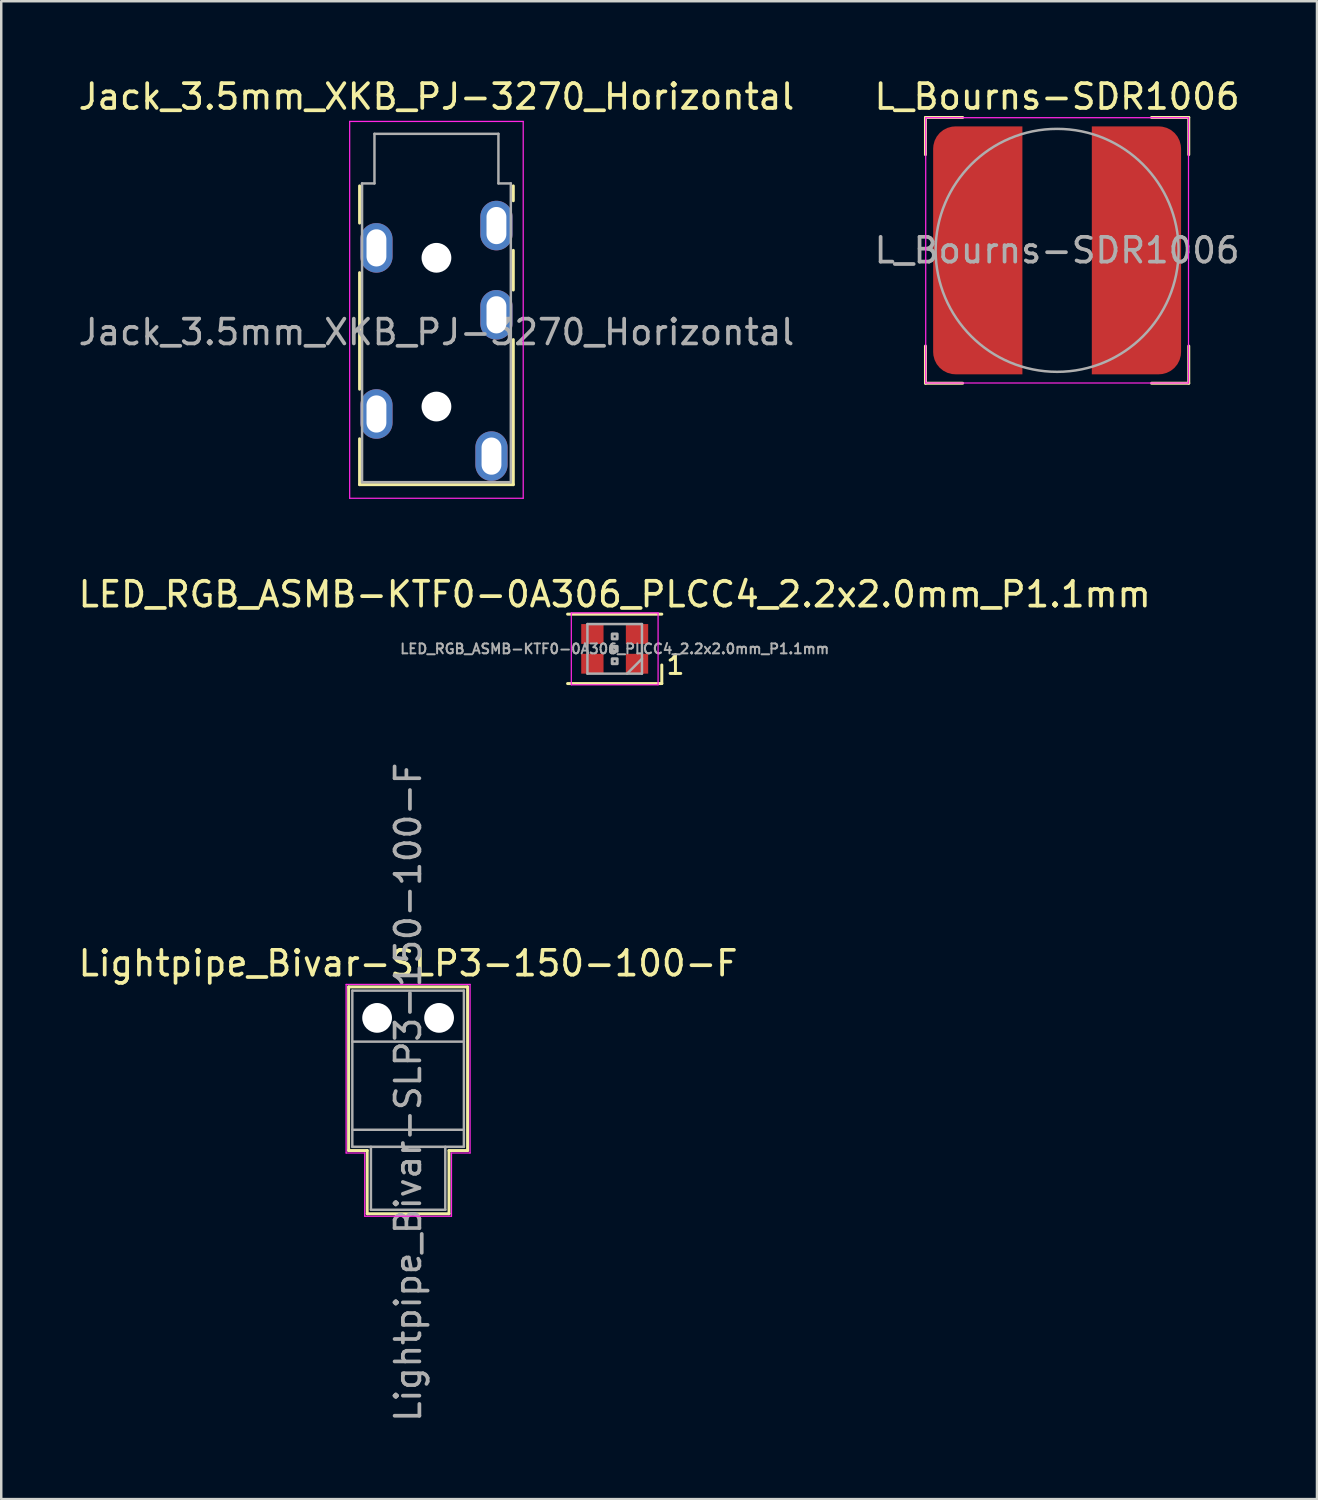
<source format=kicad_pcb>
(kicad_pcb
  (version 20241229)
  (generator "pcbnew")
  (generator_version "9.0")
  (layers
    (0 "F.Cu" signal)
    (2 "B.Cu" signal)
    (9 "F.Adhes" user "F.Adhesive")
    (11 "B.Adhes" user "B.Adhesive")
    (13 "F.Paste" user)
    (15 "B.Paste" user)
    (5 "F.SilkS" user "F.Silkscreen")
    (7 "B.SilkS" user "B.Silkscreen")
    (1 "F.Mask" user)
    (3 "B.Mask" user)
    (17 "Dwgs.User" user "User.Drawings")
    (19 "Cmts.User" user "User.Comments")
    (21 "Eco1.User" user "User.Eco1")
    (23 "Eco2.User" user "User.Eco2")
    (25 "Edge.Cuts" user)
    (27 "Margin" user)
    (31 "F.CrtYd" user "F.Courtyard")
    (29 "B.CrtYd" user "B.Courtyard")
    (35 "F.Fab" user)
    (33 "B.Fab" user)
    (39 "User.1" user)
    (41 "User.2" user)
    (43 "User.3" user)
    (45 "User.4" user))
  (footprint "LED_RGB_ASMB-KTF0-0A306_PLCC4_2.2x2.0mm_P1.1mm"
    (layer "F.Cu")
    (at 21.744 23.122)
    (property "Reference" "LED_RGB_ASMB-KTF0-0A306_PLCC4_2.2x2.0mm_P1.1mm" (at 0 -2.2 0) (layer "F.SilkS") (effects (font (size 1 1) (thickness 0.15))))
    (attr smd)
    (fp_line (start -1.9 -1.4) (end 1.9 -1.4) (stroke (width 0.12) (type solid)) (layer "F.SilkS"))
    (fp_line (start -1.9 1.4) (end 1.9 1.4) (stroke (width 0.12) (type solid)) (layer "F.SilkS"))
    (fp_line (start 1.9 1.4) (end 1.9 0.65) (stroke (width 0.12) (type solid)) (layer "F.SilkS"))
    (fp_line (start -1.75 -1.45) (end -1.75 1.45) (stroke (width 0.05) (type solid)) (layer "F.CrtYd"))
    (fp_line (start -1.75 1.45) (end 1.75 1.45) (stroke (width 0.05) (type solid)) (layer "F.CrtYd"))
    (fp_line (start 1.75 -1.45) (end -1.75 -1.45) (stroke (width 0.05) (type solid)) (layer "F.CrtYd"))
    (fp_line (start 1.75 1.45) (end 1.75 -1.45) (stroke (width 0.05) (type solid)) (layer "F.CrtYd"))
    (fp_line (start -1.1 -1) (end -1.1 1) (stroke (width 0.1) (type solid)) (layer "F.Fab"))
    (fp_line (start -1.1 1) (end 1.1 1) (stroke (width 0.1) (type solid)) (layer "F.Fab"))
    (fp_line (start 0.5 1) (end 1.1 0.4) (stroke (width 0.1) (type solid)) (layer "F.Fab"))
    (fp_line (start 1.1 -1) (end -1.1 -1) (stroke (width 0.1) (type solid)) (layer "F.Fab"))
    (fp_line (start 1.1 1) (end 1.1 -1) (stroke (width 0.1) (type solid)) (layer "F.Fab"))
    (fp_rect (start -0.1 -0.6) (end 0.1 -0.4) (stroke (width 0.12) (type solid)) (fill no) (layer "F.Fab"))
    (fp_rect (start -0.1 -0.1) (end 0.1 0.1) (stroke (width 0.12) (type solid)) (fill no) (layer "F.Fab"))
    (fp_rect (start -0.1 0.4) (end 0.1 0.6) (stroke (width 0.12) (type solid)) (fill no) (layer "F.Fab"))
    (fp_text user "1" (at 2.45 0.65 0) (layer "F.SilkS") (effects (font (size 0.75 0.75) (thickness 0.12))))
    (fp_text user "${REFERENCE}" (at 0 0 0) (layer "F.Fab") (effects (font (size 0.4 0.4) (thickness 0.08))))
    (pad "1" smd rect (at 0.9 0.6) (size 0.9 0.8) (layers "F.Cu" "F.Mask" "F.Paste"))
    (pad "2" smd rect (at 0.9 -0.6) (size 0.9 0.8) (layers "F.Cu" "F.Mask" "F.Paste"))
    (pad "3" smd rect (at -0.9 -0.6) (size 0.9 0.8) (layers "F.Cu" "F.Mask" "F.Paste"))
    (pad "4" smd rect (at -0.9 0.6) (size 0.9 0.8) (layers "F.Cu" "F.Mask" "F.Paste")))
  (footprint "Lightpipe_Bivar-SLP3-150-100-F"
    (layer "F.Cu")
    (at 13.411 38.007)
    (property "Reference" "Lightpipe_Bivar-SLP3-150-100-F" (at 0 -2.2 0) (layer "F.SilkS") (effects (font (size 1 1) (thickness 0.15))))
    (attr through_hole)
    (fp_line (start -2.4 5.35) (end -2.4 -1.25) (stroke (width 0.12) (type solid)) (layer "F.SilkS"))
    (fp_line (start -2.4 5.35) (end -1.65 5.35) (stroke (width 0.12) (type solid)) (layer "F.SilkS"))
    (fp_line (start -1.65 5.35) (end -1.65 7.9) (stroke (width 0.12) (type solid)) (layer "F.SilkS"))
    (fp_line (start 1.65 5.35) (end 1.65 7.9) (stroke (width 0.12) (type solid)) (layer "F.SilkS"))
    (fp_line (start 1.65 5.35) (end 2.4 5.35) (stroke (width 0.12) (type solid)) (layer "F.SilkS"))
    (fp_line (start 1.65 7.9) (end -1.65 7.9) (stroke (width 0.12) (type solid)) (layer "F.SilkS"))
    (fp_line (start 2.4 -1.25) (end -2.4 -1.25) (stroke (width 0.12) (type solid)) (layer "F.SilkS"))
    (fp_line (start 2.4 5.35) (end 2.4 -1.25) (stroke (width 0.12) (type solid)) (layer "F.SilkS"))
    (fp_line (start -2.5 -1.35) (end -2.5 5.45) (stroke (width 0.05) (type solid)) (layer "F.CrtYd"))
    (fp_line (start -2.5 5.45) (end -1.75 5.45) (stroke (width 0.05) (type solid)) (layer "F.CrtYd"))
    (fp_line (start -1.75 5.45) (end -1.75 8) (stroke (width 0.05) (type solid)) (layer "F.CrtYd"))
    (fp_line (start -1.75 8) (end 1.75 8) (stroke (width 0.05) (type solid)) (layer "F.CrtYd"))
    (fp_line (start 1.75 5.45) (end 2.5 5.45) (stroke (width 0.05) (type solid)) (layer "F.CrtYd"))
    (fp_line (start 1.75 8) (end 1.75 5.45) (stroke (width 0.05) (type solid)) (layer "F.CrtYd"))
    (fp_line (start 2.5 -1.35) (end -2.5 -1.35) (stroke (width 0.05) (type solid)) (layer "F.CrtYd"))
    (fp_line (start 2.5 5.45) (end 2.5 -1.35) (stroke (width 0.05) (type solid)) (layer "F.CrtYd"))
    (fp_line (start -2.25 -1.1) (end 2.25 -1.1) (stroke (width 0.1) (type solid)) (layer "F.Fab"))
    (fp_line (start -2.25 0.957) (end 2.25 0.957) (stroke (width 0.1) (type solid)) (layer "F.Fab"))
    (fp_line (start -2.25 4.513) (end 2.25 4.513) (stroke (width 0.1) (type solid)) (layer "F.Fab"))
    (fp_line (start -2.25 5.2) (end -2.25 -1.1) (stroke (width 0.1) (type solid)) (layer "F.Fab"))
    (fp_line (start -2.25 5.2) (end 2.25 5.2) (stroke (width 0.1) (type solid)) (layer "F.Fab"))
    (fp_line (start -1.5 7.74) (end -1.5 5.2) (stroke (width 0.1) (type solid)) (layer "F.Fab"))
    (fp_line (start 1.5 7.74) (end -1.5 7.74) (stroke (width 0.1) (type solid)) (layer "F.Fab"))
    (fp_line (start 1.5 7.74) (end 1.5 5.2) (stroke (width 0.1) (type solid)) (layer "F.Fab"))
    (fp_line (start 2.25 5.2) (end 2.25 -1.1) (stroke (width 0.1) (type solid)) (layer "F.Fab"))
    (fp_text user "${REFERENCE}" (at 0 3 90) (layer "F.Fab") (effects (font (size 1 1) (thickness 0.15))))
    (pad "" np_thru_hole circle (at -1.25 0) (size 1.2 1.2) (drill 1.2) (layers "*.Cu" "*.Mask"))
    (pad "" np_thru_hole circle (at 1.25 0) (size 1.2 1.2) (drill 1.2) (layers "*.Cu" "*.Mask")))
  (footprint "Jack_3.5mm_XKB_PJ-3270_Horizontal"
    (layer "F.Cu")
    (at 14.554 4.348)
    (property "Reference" "Jack_3.5mm_XKB_PJ-3270_Horizontal" (at 0 -3.5 0) (layer "F.SilkS") (effects (font (size 1 1) (thickness 0.15))))
    (attr through_hole)
    (fp_line (start -3.1 1.6) (end -3.1 0.1) (stroke (width 0.12) (type solid)) (layer "F.SilkS"))
    (fp_line (start -3.1 8.3) (end -3.1 3.6) (stroke (width 0.12) (type solid)) (layer "F.SilkS"))
    (fp_line (start -3.1 12.15) (end -3.1 10.3) (stroke (width 0.12) (type solid)) (layer "F.SilkS"))
    (fp_line (start 3.1 0.7) (end 3.1 0.1) (stroke (width 0.12) (type solid)) (layer "F.SilkS"))
    (fp_line (start 3.1 2.7) (end 3.1 4.3) (stroke (width 0.12) (type solid)) (layer "F.SilkS"))
    (fp_line (start 3.1 6.3) (end 3.1 12.15) (stroke (width 0.12) (type solid)) (layer "F.SilkS"))
    (fp_line (start 3.1 12.15) (end -3.1 12.15) (stroke (width 0.12) (type solid)) (layer "F.SilkS"))
    (fp_line (start -3.5 -2.5) (end 3.5 -2.5) (stroke (width 0.05) (type solid)) (layer "F.CrtYd"))
    (fp_line (start -3.5 12.7) (end -3.5 -2.5) (stroke (width 0.05) (type solid)) (layer "F.CrtYd"))
    (fp_line (start 3.5 -2.5) (end 3.5 12.7) (stroke (width 0.05) (type solid)) (layer "F.CrtYd"))
    (fp_line (start 3.5 12.7) (end -3.5 12.7) (stroke (width 0.05) (type solid)) (layer "F.CrtYd"))
    (fp_line (start -3 0) (end -2.5 0) (stroke (width 0.1) (type solid)) (layer "F.Fab"))
    (fp_line (start -3 12.05) (end -3 0) (stroke (width 0.1) (type solid)) (layer "F.Fab"))
    (fp_line (start -2.5 -2) (end 2.5 -2) (stroke (width 0.1) (type solid)) (layer "F.Fab"))
    (fp_line (start -2.5 0) (end -2.5 -2) (stroke (width 0.1) (type solid)) (layer "F.Fab"))
    (fp_line (start 2.5 -2) (end 2.5 0) (stroke (width 0.1) (type solid)) (layer "F.Fab"))
    (fp_line (start 2.5 0) (end 3 0) (stroke (width 0.1) (type solid)) (layer "F.Fab"))
    (fp_line (start 3 0) (end 3 12.05) (stroke (width 0.1) (type solid)) (layer "F.Fab"))
    (fp_line (start 3 12.05) (end -3 12.05) (stroke (width 0.1) (type solid)) (layer "F.Fab"))
    (fp_text user "${REFERENCE}" (at 0 6 0) (layer "F.Fab") (effects (font (size 1 1) (thickness 0.15))))
    (pad "" np_thru_hole circle (at 0 3) (size 1.2 1.2) (drill 1.2) (layers "*.Cu" "*.Mask"))
    (pad "" np_thru_hole circle (at 0 9) (size 1.2 1.2) (drill 1.2) (layers "*.Cu" "*.Mask"))
    (pad "R1" thru_hole oval (at -2.42 9.3 90) (size 2 1.3) (drill oval 1.5 0.8) (layers "*.Cu" "*.Mask"))
    (pad "R1N" thru_hole oval (at 2.22 11 90) (size 2 1.3) (drill oval 1.5 0.8) (layers "*.Cu" "*.Mask"))
    (pad "R2" thru_hole oval (at 2.42 1.7 90) (size 2 1.3) (drill oval 1.5 0.8) (layers "*.Cu" "*.Mask"))
    (pad "S" thru_hole oval (at -2.42 2.6 90) (size 2 1.3) (drill oval 1.5 0.8) (layers "*.Cu" "*.Mask"))
    (pad "T" thru_hole oval (at 2.42 5.3 90) (size 2 1.3) (drill oval 1.5 0.8) (layers "*.Cu" "*.Mask")))
  (footprint "L_Bourns-SDR1006"
    (layer "F.Cu")
    (at 39.589 7.048)
    (property "Reference" "L_Bourns-SDR1006" (at 0 -6.2 0) (layer "F.SilkS") (effects (font (size 1 1) (thickness 0.15))))
    (attr smd)
    (fp_line (start -5.31 -5.36) (end -5.31 -3.86) (stroke (width 0.12) (type solid)) (layer "F.SilkS"))
    (fp_line (start -5.31 -5.36) (end -3.81 -5.36) (stroke (width 0.12) (type solid)) (layer "F.SilkS"))
    (fp_line (start -5.31 5.36) (end -5.31 3.86) (stroke (width 0.12) (type solid)) (layer "F.SilkS"))
    (fp_line (start -5.31 5.36) (end -3.81 5.36) (stroke (width 0.12) (type solid)) (layer "F.SilkS"))
    (fp_line (start 5.31 -5.36) (end 3.81 -5.36) (stroke (width 0.12) (type solid)) (layer "F.SilkS"))
    (fp_line (start 5.31 -5.36) (end 5.31 -3.86) (stroke (width 0.12) (type solid)) (layer "F.SilkS"))
    (fp_line (start 5.31 5.36) (end 3.81 5.36) (stroke (width 0.12) (type solid)) (layer "F.SilkS"))
    (fp_line (start 5.31 5.36) (end 5.31 3.86) (stroke (width 0.12) (type solid)) (layer "F.SilkS"))
    (fp_line (start -5.3 -5.35) (end -5.3 5.35) (stroke (width 0.05) (type solid)) (layer "F.CrtYd"))
    (fp_line (start -5.3 -5.35) (end 5.3 -5.35) (stroke (width 0.05) (type solid)) (layer "F.CrtYd"))
    (fp_line (start -5.3 5.35) (end 5.3 5.35) (stroke (width 0.05) (type solid)) (layer "F.CrtYd"))
    (fp_line (start 5.3 -5.35) (end 5.3 5.35) (stroke (width 0.05) (type solid)) (layer "F.CrtYd"))
    (fp_circle (center 0 0) (end 4.9 0) (stroke (width 0.1) (type solid)) (fill no) (layer "F.Fab"))
    (fp_text user "${REFERENCE}" (at 0 0 0) (layer "F.Fab") (effects (font (size 1 1) (thickness 0.15))))
    (pad "1" smd roundrect (at -3.2 0) (size 3.6 10) (layers "F.Cu" "F.Mask" "F.Paste") (roundrect_rratio 0.25) (chamfer_ratio 0) (chamfer top_right bottom_right))
    (pad "2" smd roundrect (at 3.2 0) (size 3.6 10) (layers "F.Cu" "F.Mask" "F.Paste") (roundrect_rratio 0.25) (chamfer_ratio 0) (chamfer top_left bottom_left)))
  (gr_rect
    (start -3 -3)
    (end 50.071 57.418)
    (stroke (width 0.1) (type default))
    (fill no)
    (layer "Edge.Cuts")))
</source>
